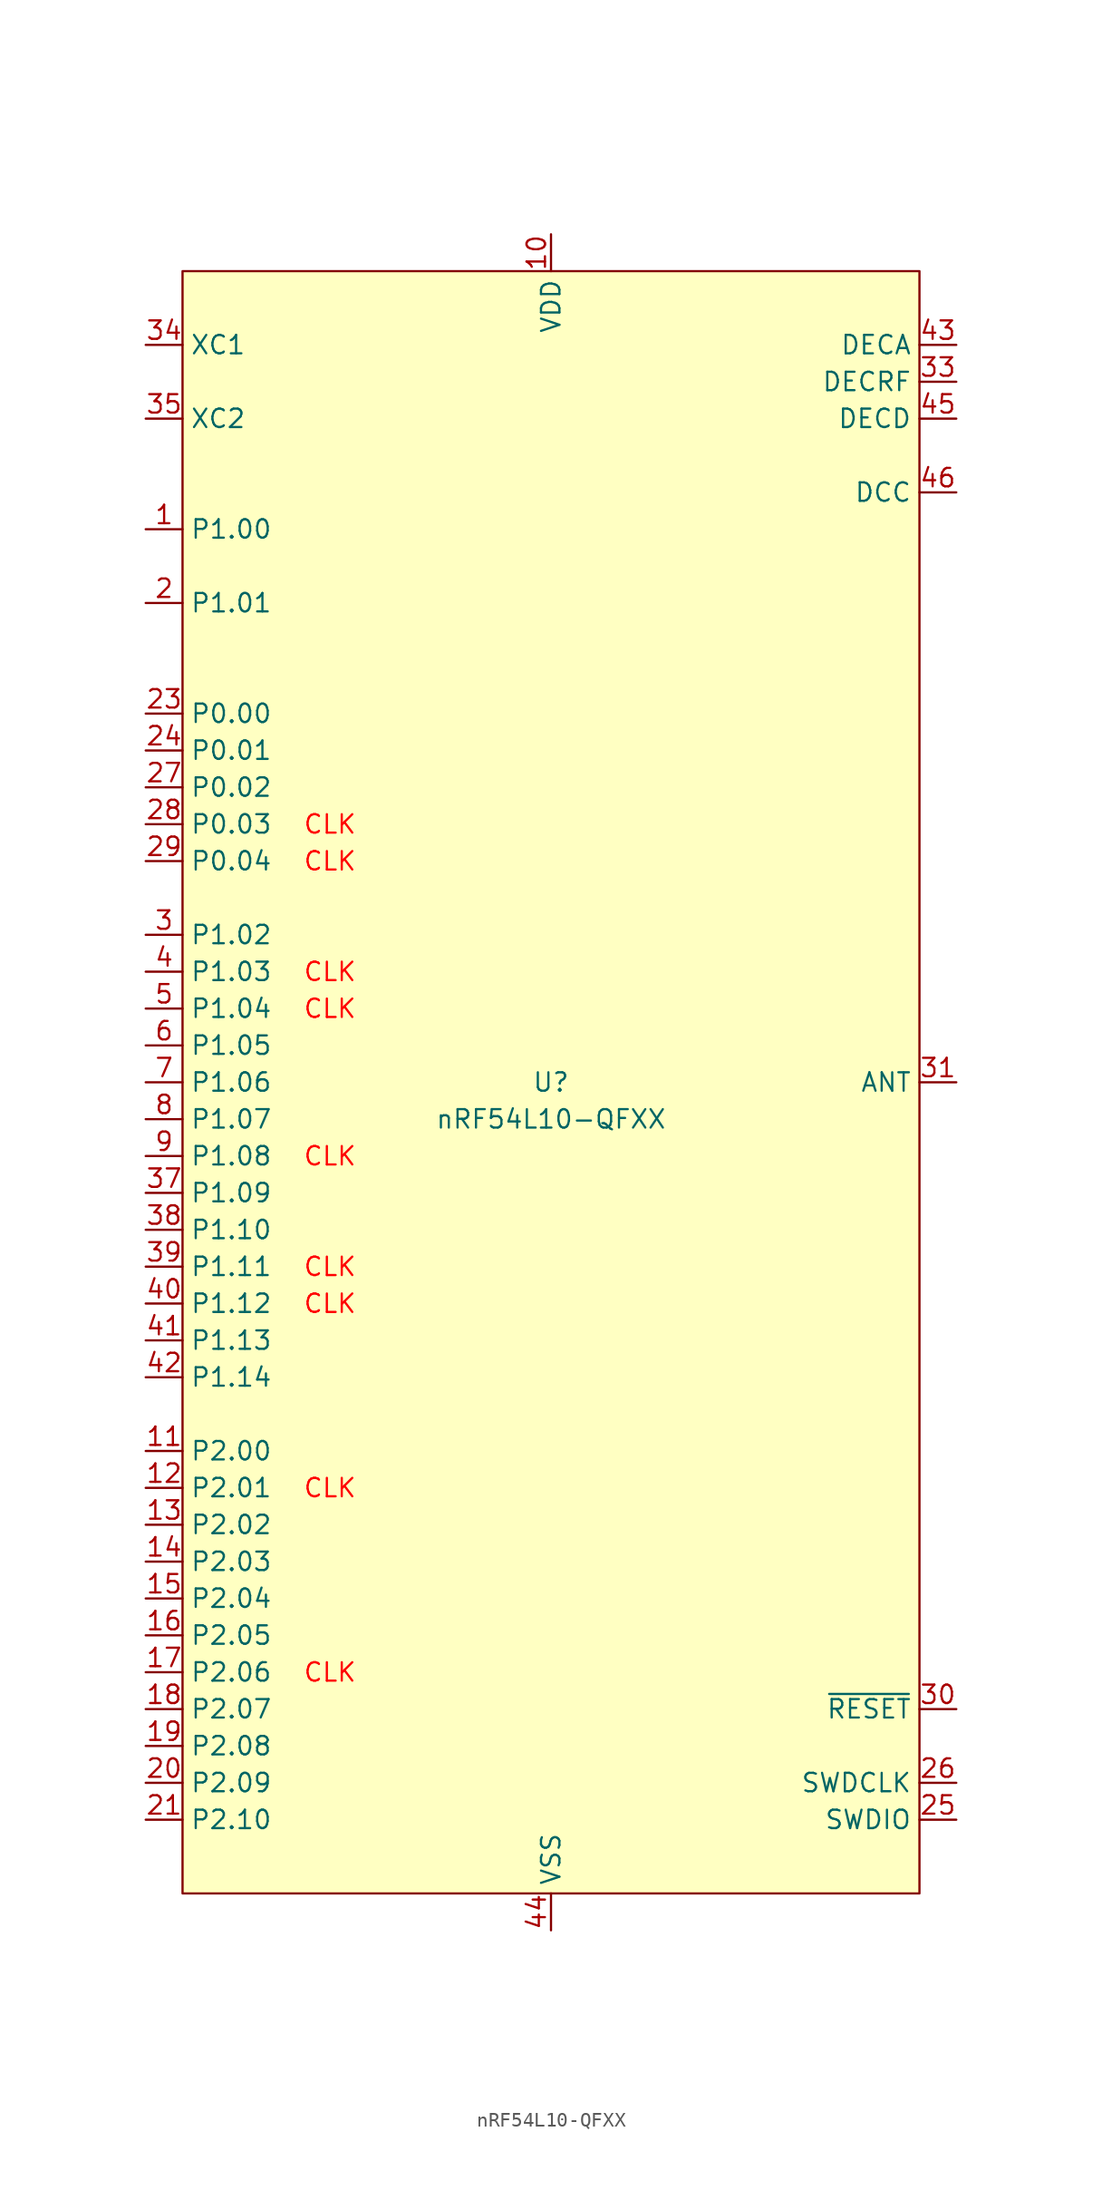
<source format=kicad_sym>
(kicad_symbol_lib
  (version 20241209)
  (generator "kicad_symbol_editor")
  (generator_version "9.0")
  (symbol "nRF54L10-QFXX"
    (property "Reference" "U"
      (at 0 0 0)
      (do_not_autoplace)
      (effects (font (size 1.27 1.27))))
    (property "Value" "nRF54L10-QFXX"
      (at 0 -2.54 0)
      (do_not_autoplace)
      (effects (font (size 1.27 1.27))))
    (symbol "nRF54L10-QFXX_0_0"
      (pin bidirectional line (at -27.94 50.8 0) (length 2.54) (name "XC1" (effects (font (size 1.27 1.27)))) (number "34" (effects (font (size 1.27 1.27)))))
      (pin bidirectional line (at -27.94 45.72 0) (length 2.54) (name "XC2" (effects (font (size 1.27 1.27)))) (number "35" (effects (font (size 1.27 1.27)))))
      (pin bidirectional line (at -27.94 25.4 0) (length 2.54) (name "P0.00" (effects (font (size 1.27 1.27)))) (number "23" (effects (font (size 1.27 1.27)))))
      (pin bidirectional line (at -27.94 22.86 0) (length 2.54) (name "P0.01" (effects (font (size 1.27 1.27)))) (number "24" (effects (font (size 1.27 1.27)))))
      (pin bidirectional line (at -27.94 20.32 0) (length 2.54) (name "P0.02" (effects (font (size 1.27 1.27)))) (number "27" (effects (font (size 1.27 1.27)))))
      (pin passive line (at 0 -58.42 90) (length 2.54) (hide yes) (name "VSS_PA" (effects (font (size 1.27 1.27)))) (number "32" (effects (font (size 1.27 1.27)))))
      (pin power_in line (at 0 -58.42 90) (length 2.54) (name "VSS" (effects (font (size 1.27 1.27)))) (number "44" (effects (font (size 1.27 1.27)))))
      (pin passive line (at 27.94 50.8 180) (length 2.54) (name "DECA" (effects (font (size 1.27 1.27)))) (number "43" (effects (font (size 1.27 1.27)))))
      (pin passive line (at 27.94 48.26 180) (length 2.54) (name "DECRF" (effects (font (size 1.27 1.27)))) (number "33" (effects (font (size 1.27 1.27)))))
      (pin passive line (at 27.94 45.72 180) (length 2.54) (name "DECD" (effects (font (size 1.27 1.27)))) (number "45" (effects (font (size 1.27 1.27)))))
      (pin power_out line (at 27.94 40.64 180) (length 2.54) (name "DCC" (effects (font (size 1.27 1.27)))) (number "46" (effects (font (size 1.27 1.27)))))
      (pin output line (at 27.94 0 180) (length 2.54) (name "ANT" (effects (font (size 1.27 1.27)))) (number "31" (effects (font (size 1.27 1.27)))))
      (pin input line (at 27.94 -43.18 180) (length 2.54) (name "~{RESET}" (effects (font (size 1.27 1.27)))) (number "30" (effects (font (size 1.27 1.27)))))
      (pin bidirectional line (at 27.94 -50.8 180) (length 2.54) (name "SWDIO" (effects (font (size 1.27 1.27)))) (number "25" (effects (font (size 1.27 1.27))))))
    (symbol "nRF54L10-QFXX_1_0"
      (pin bidirectional line (at -27.94 38.1 0) (length 2.54) (name "P1.00" (effects (font (size 1.27 1.27)))) (number "1" (effects (font (size 1.27 1.27)))) (alternate "XL1" bidirectional line))
      (pin bidirectional line (at -27.94 33.02 0) (length 2.54) (name "P1.01" (effects (font (size 1.27 1.27)))) (number "2" (effects (font (size 1.27 1.27)))) (alternate "XL2" bidirectional line))
      (pin bidirectional line (at -27.94 17.78 0) (length 2.54) (name "P0.03" (effects (font (size 1.27 1.27)))) (number "28" (effects (font (size 1.27 1.27)))) (alternate "GRTCPWM" output line))
      (pin bidirectional line (at -27.94 15.24 0) (length 2.54) (name "P0.04" (effects (font (size 1.27 1.27)))) (number "29" (effects (font (size 1.27 1.27)))) (alternate "GRTCLFCLKOUT" output line))
      (pin bidirectional line (at -27.94 10.16 0) (length 2.54) (name "P1.02" (effects (font (size 1.27 1.27)))) (number "3" (effects (font (size 1.27 1.27)))) (alternate "NFC1" bidirectional line))
      (pin bidirectional line (at -27.94 7.62 0) (length 2.54) (name "P1.03" (effects (font (size 1.27 1.27)))) (number "4" (effects (font (size 1.27 1.27)))) (alternate "NFC2" bidirectional line))
      (pin bidirectional line (at -27.94 5.08 0) (length 2.54) (name "P1.04" (effects (font (size 1.27 1.27)))) (number "5" (effects (font (size 1.27 1.27)))) (alternate "AIN0" input line) (alternate "ASO[0]" output line))
      (pin bidirectional line (at -27.94 2.54 0) (length 2.54) (name "P1.05" (effects (font (size 1.27 1.27)))) (number "6" (effects (font (size 1.27 1.27)))) (alternate "AIN1" bidirectional line) (alternate "ASI[0]" input line))
      (pin bidirectional line (at -27.94 0 0) (length 2.54) (name "P1.06" (effects (font (size 1.27 1.27)))) (number "7" (effects (font (size 1.27 1.27)))) (alternate "AIN2" input line) (alternate "ASO[1]" output line))
      (pin bidirectional line (at -27.94 -2.54 0) (length 2.54) (name "P1.07" (effects (font (size 1.27 1.27)))) (number "8" (effects (font (size 1.27 1.27)))) (alternate "AIN3" input line) (alternate "ASI[1]" input line))
      (pin bidirectional line (at -27.94 -5.08 0) (length 2.54) (name "P1.08" (effects (font (size 1.27 1.27)))) (number "9" (effects (font (size 1.27 1.27)))) (alternate "EXTREF" input line) (alternate "GRTCHFOUT" output line) (alternate "TAMPC.EXT" bidirectional line))
      (pin bidirectional line (at -27.94 -7.62 0) (length 2.54) (name "P1.09" (effects (font (size 1.27 1.27)))) (number "37" (effects (font (size 1.27 1.27)))) (alternate "ASO[2]" output line))
      (pin bidirectional line (at -27.94 -10.16 0) (length 2.54) (name "P1.10" (effects (font (size 1.27 1.27)))) (number "38" (effects (font (size 1.27 1.27)))) (alternate "ASI[2]" input line))
      (pin bidirectional line (at -27.94 -12.7 0) (length 2.54) (name "P1.11" (effects (font (size 1.27 1.27)))) (number "39" (effects (font (size 1.27 1.27)))) (alternate "AIN4" input line) (alternate "ASO[3]" output line))
      (pin bidirectional line (at -27.94 -15.24 0) (length 2.54) (name "P1.12" (effects (font (size 1.27 1.27)))) (number "40" (effects (font (size 1.27 1.27)))) (alternate "AIN5" input line) (alternate "ASI[3]" input line))
      (pin bidirectional line (at -27.94 -17.78 0) (length 2.54) (name "P1.13" (effects (font (size 1.27 1.27)))) (number "41" (effects (font (size 1.27 1.27)))) (alternate "AIN6" input line))
      (pin bidirectional line (at -27.94 -20.32 0) (length 2.54) (name "P1.14" (effects (font (size 1.27 1.27)))) (number "42" (effects (font (size 1.27 1.27)))) (alternate "AIN7" input line))
      (pin bidirectional line (at -27.94 -25.4 0) (length 2.54) (name "P2.00" (effects (font (size 1.27 1.27)))) (number "11" (effects (font (size 1.27 1.27)))) (alternate "QSPI_D3" bidirectional line) (alternate "SPIM_DCX" output line) (alternate "UARTE_RXD" input line))
      (pin bidirectional line (at -27.94 -27.94 0) (length 2.54) (name "P2.01" (effects (font (size 1.27 1.27)))) (number "12" (effects (font (size 1.27 1.27)))) (alternate "QSPI_SCK" output line) (alternate "SPIM_SCK" output line) (alternate "SPIS_SCK" output line))
      (pin bidirectional line (at -27.94 -30.48 0) (length 2.54) (name "P2.02" (effects (font (size 1.27 1.27)))) (number "13" (effects (font (size 1.27 1.27)))) (alternate "QSPI_D0" bidirectional line) (alternate "SPIM_MOSI" output line) (alternate "SPIS_MISO" output line) (alternate "SWO" output line) (alternate "UARTE_TXD" output line))
      (pin bidirectional line (at -27.94 -33.02 0) (length 2.54) (name "P2.03" (effects (font (size 1.27 1.27)))) (number "14" (effects (font (size 1.27 1.27)))) (alternate "QSPI_D2" bidirectional line))
      (pin bidirectional line (at -27.94 -35.56 0) (length 2.54) (name "P2.04" (effects (font (size 1.27 1.27)))) (number "15" (effects (font (size 1.27 1.27)))) (alternate "QSPI_D1" bidirectional line) (alternate "SPIM_MISO" input line) (alternate "SPIS_MOSI" input line) (alternate "UARTE_CTS" input line))
      (pin bidirectional line (at -27.94 -38.1 0) (length 2.54) (name "P2.05" (effects (font (size 1.27 1.27)))) (number "16" (effects (font (size 1.27 1.27)))) (alternate "QSPI_CS" output line) (alternate "SPIM_CS" output line) (alternate "UARTE_RTS" output line))
      (pin bidirectional line (at -27.94 -40.64 0) (length 2.54) (name "P2.06" (effects (font (size 1.27 1.27)))) (number "17" (effects (font (size 1.27 1.27)))) (alternate "SPIM_SCK" output line) (alternate "SPIS_SCK" input line) (alternate "TRACE_CLK" input line))
      (pin bidirectional line (at -27.94 -43.18 0) (length 2.54) (name "P2.07" (effects (font (size 1.27 1.27)))) (number "18" (effects (font (size 1.27 1.27)))) (alternate "SPIM_DCX" output line) (alternate "SWO" output line) (alternate "TRACEDATA[0]" output line) (alternate "UARTE_RXD" input line))
      (pin bidirectional line (at -27.94 -45.72 0) (length 2.54) (name "P2.08" (effects (font (size 1.27 1.27)))) (number "19" (effects (font (size 1.27 1.27)))) (alternate "SPIM_MOSI" output line) (alternate "SPIS_MISO" input line) (alternate "TRACEDATA[1]" output line) (alternate "UARTE_TXD" output line))
      (pin bidirectional line (at -27.94 -48.26 0) (length 2.54) (name "P2.09" (effects (font (size 1.27 1.27)))) (number "20" (effects (font (size 1.27 1.27)))) (alternate "SPIM_MISO" input line) (alternate "SPIS_MOSI" input line) (alternate "TRACEDATA[2]" output line) (alternate "UARTE_CTS" input line))
      (pin bidirectional line (at -27.94 -50.8 0) (length 2.54) (name "P2.10" (effects (font (size 1.27 1.27)))) (number "21" (effects (font (size 1.27 1.27)))) (alternate "SPIM_CS" output line) (alternate "TRACEDATA[3]" output line) (alternate "UARTE_RTS" output line))
      (pin power_in line (at 0 58.42 270) (length 2.54) (name "VDD" (effects (font (size 1.27 1.27)))) (number "10" (effects (font (size 1.27 1.27)))))
      (pin passive line (at 0 58.42 270) (length 2.54) (hide yes) (name "VDD" (effects (font (size 1.27 1.27)))) (number "22" (effects (font (size 1.27 1.27)))))
      (pin passive line (at 0 58.42 270) (length 2.54) (hide yes) (name "VDD" (effects (font (size 1.27 1.27)))) (number "36" (effects (font (size 1.27 1.27)))))
      (pin passive line (at 0 58.42 270) (length 2.54) (hide yes) (name "VDD" (effects (font (size 1.27 1.27)))) (number "47" (effects (font (size 1.27 1.27)))))
      (pin passive line (at 0 58.42 270) (length 2.54) (hide yes) (name "VDD" (effects (font (size 1.27 1.27)))) (number "48" (effects (font (size 1.27 1.27)))))
      (pin passive line (at 0 -58.42 90) (length 2.54) (hide yes) (name "VSS" (effects (font (size 1.27 1.27)))) (number "49" (effects (font (size 1.27 1.27)))))
      (pin input line (at 27.94 -48.26 180) (length 2.54) (name "SWDCLK" (effects (font (size 1.27 1.27)))) (number "26" (effects (font (size 1.27 1.27))))))
    (symbol "nRF54L10-QFXX_1_1"
      (rectangle (start -25.4 55.88) (end 25.4 -55.88) (stroke (width 0) (type default)) (fill (type background)))
      (text "CLK" (at -15.24 17.78 0) (effects (font (size 1.27 1.27) (color 255 0 0 1))))
      (text "CLK" (at -15.24 15.24 0) (effects (font (size 1.27 1.27) (color 255 0 0 1))))
      (text "CLK" (at -15.24 7.62 0) (effects (font (size 1.27 1.27) (color 255 0 0 1))))
      (text "CLK" (at -15.24 5.08 0) (effects (font (size 1.27 1.27) (color 255 0 0 1))))
      (text "CLK" (at -15.24 -5.08 0) (effects (font (size 1.27 1.27) (color 255 0 0 1))))
      (text "CLK" (at -15.24 -12.7 0) (effects (font (size 1.27 1.27) (color 255 0 0 1))))
      (text "CLK" (at -15.24 -15.24 0) (effects (font (size 1.27 1.27) (color 255 0 0 1))))
      (text "CLK" (at -15.24 -27.94 0) (effects (font (size 1.27 1.27) (color 255 0 0 1))))
      (text "CLK" (at -15.24 -40.64 0) (effects (font (size 1.27 1.27) (color 255 0 0 1)))))))
</source>
